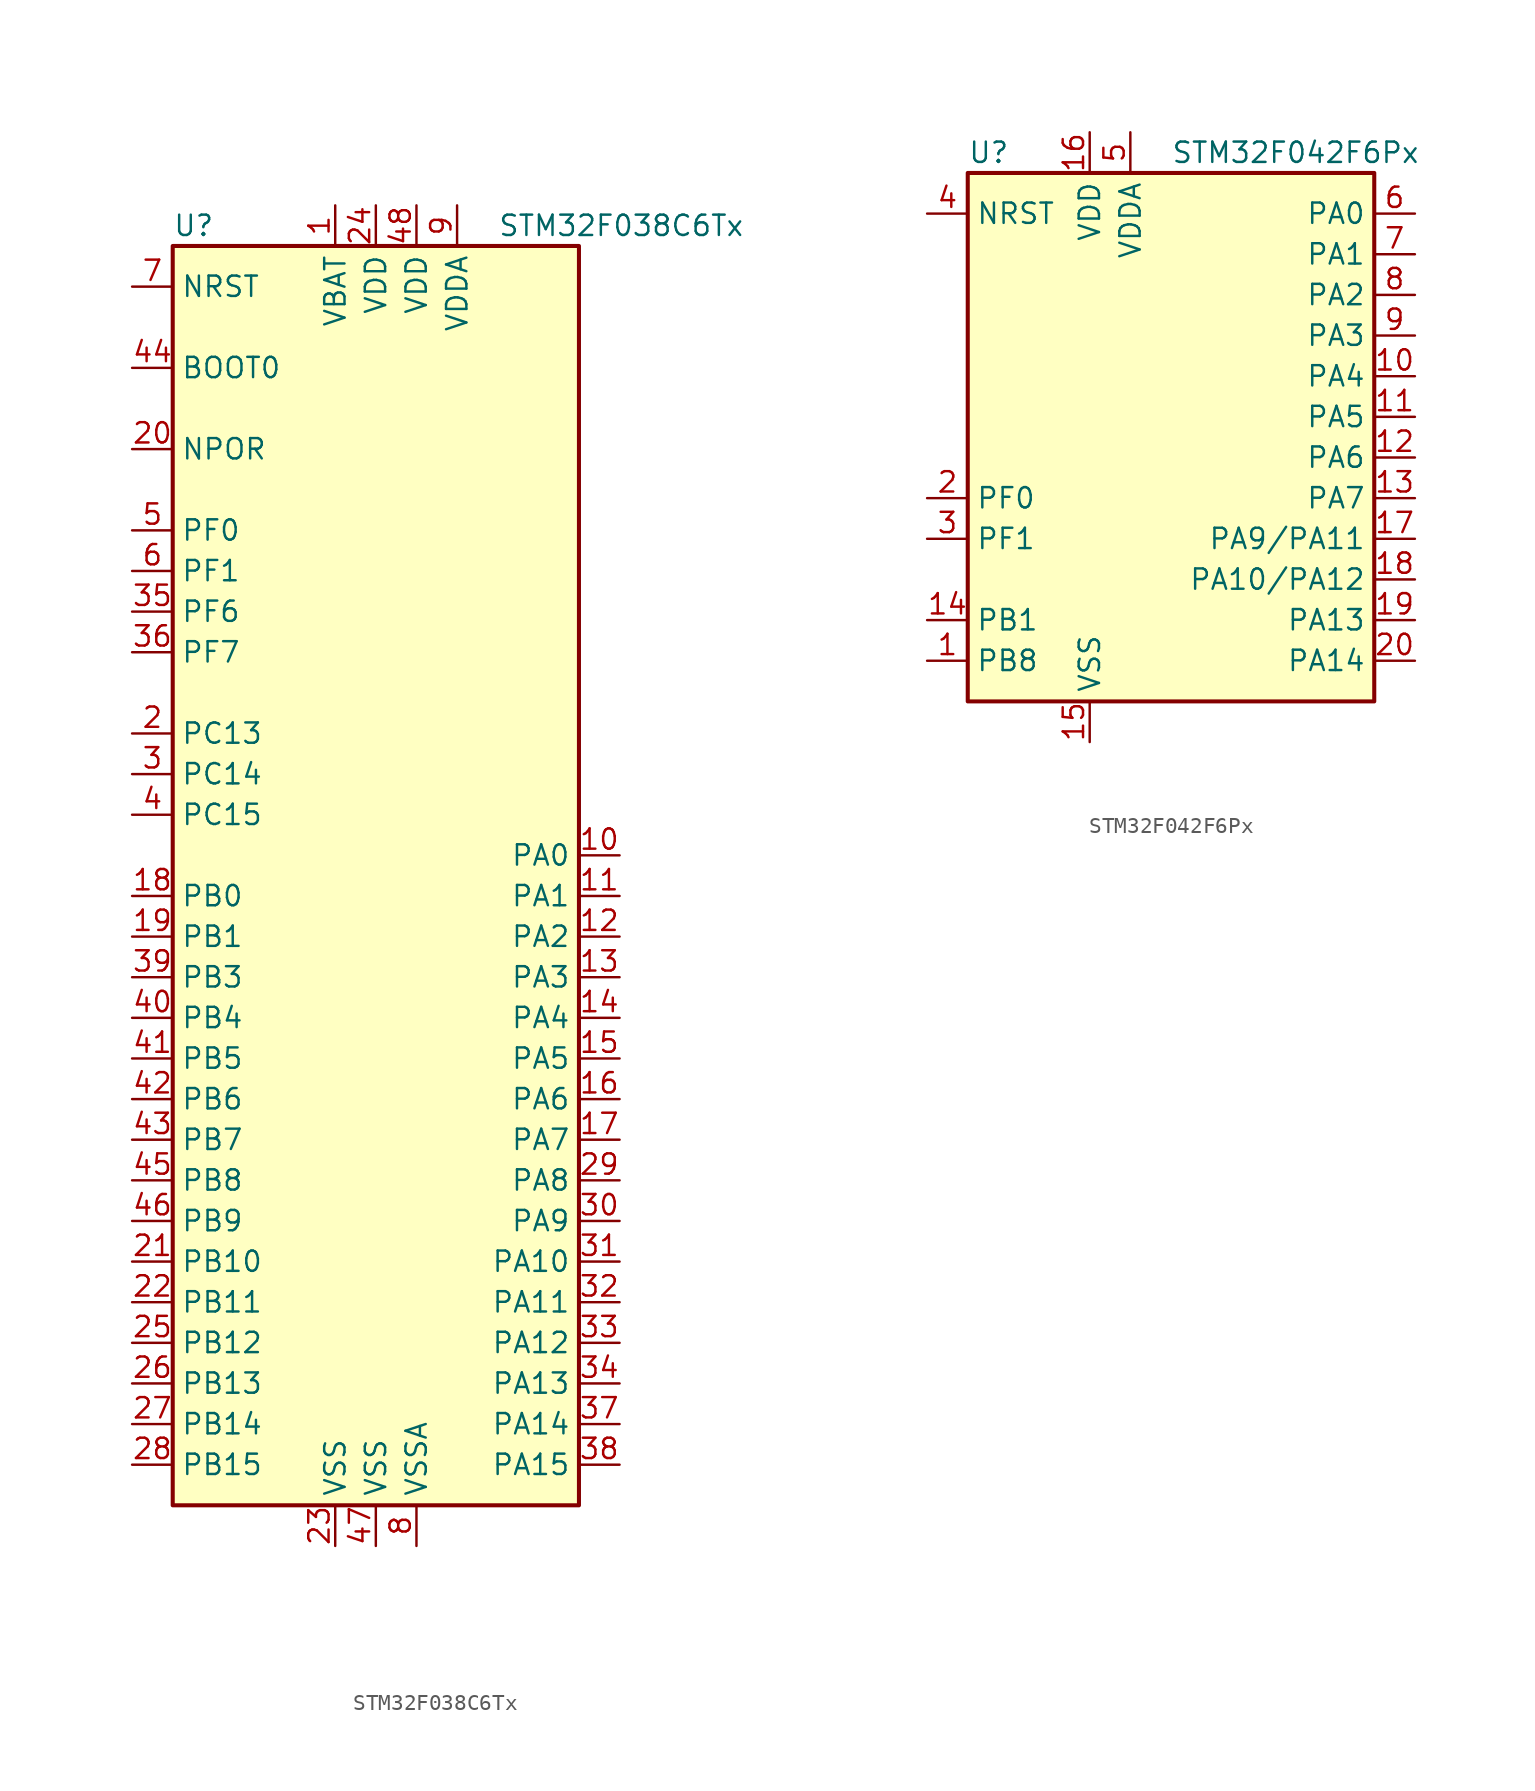
<source format=kicad_sym>
(kicad_symbol_lib
  (version 20201005)
  (generator kicad_symbol_editor)
  (symbol "STM32F038C6Tx"
    (property "Reference" "U"
      (at -12.7 39.37 0)
      (effects (font (size 1.27 1.27)) (justify left)))
    (property "Value" "STM32F038C6Tx"
      (at 7.62 39.37 0)
      (effects (font (size 1.27 1.27)) (justify left)))
    (symbol "STM32F038C6Tx_0_1"
      (rectangle (start -12.7 -40.64) (end 12.7 38.1) (stroke (width 0.254)) (fill (type background))))
    (symbol "STM32F038C6Tx_1_1"
      (pin power_in line (at -2.54 40.64 270) (length 2.54) (name "VBAT" (effects (font (size 1.27 1.27)))) (number "1" (effects (font (size 1.27 1.27)))))
      (pin bidirectional line (at 15.24 0 180) (length 2.54) (name "PA0" (effects (font (size 1.27 1.27)))) (number "10" (effects (font (size 1.27 1.27)))))
      (pin bidirectional line (at 15.24 -2.54 180) (length 2.54) (name "PA1" (effects (font (size 1.27 1.27)))) (number "11" (effects (font (size 1.27 1.27)))))
      (pin bidirectional line (at 15.24 -5.08 180) (length 2.54) (name "PA2" (effects (font (size 1.27 1.27)))) (number "12" (effects (font (size 1.27 1.27)))))
      (pin bidirectional line (at 15.24 -7.62 180) (length 2.54) (name "PA3" (effects (font (size 1.27 1.27)))) (number "13" (effects (font (size 1.27 1.27)))))
      (pin bidirectional line (at 15.24 -10.16 180) (length 2.54) (name "PA4" (effects (font (size 1.27 1.27)))) (number "14" (effects (font (size 1.27 1.27)))))
      (pin bidirectional line (at 15.24 -12.7 180) (length 2.54) (name "PA5" (effects (font (size 1.27 1.27)))) (number "15" (effects (font (size 1.27 1.27)))))
      (pin bidirectional line (at 15.24 -15.24 180) (length 2.54) (name "PA6" (effects (font (size 1.27 1.27)))) (number "16" (effects (font (size 1.27 1.27)))))
      (pin bidirectional line (at 15.24 -17.78 180) (length 2.54) (name "PA7" (effects (font (size 1.27 1.27)))) (number "17" (effects (font (size 1.27 1.27)))))
      (pin bidirectional line (at -15.24 -2.54 0) (length 2.54) (name "PB0" (effects (font (size 1.27 1.27)))) (number "18" (effects (font (size 1.27 1.27)))))
      (pin bidirectional line (at -15.24 -5.08 0) (length 2.54) (name "PB1" (effects (font (size 1.27 1.27)))) (number "19" (effects (font (size 1.27 1.27)))))
      (pin bidirectional line (at -15.24 7.62 0) (length 2.54) (name "PC13" (effects (font (size 1.27 1.27)))) (number "2" (effects (font (size 1.27 1.27)))))
      (pin power_in line (at -15.24 25.4 0) (length 2.54) (name "NPOR" (effects (font (size 1.27 1.27)))) (number "20" (effects (font (size 1.27 1.27)))))
      (pin bidirectional line (at -15.24 -25.4 0) (length 2.54) (name "PB10" (effects (font (size 1.27 1.27)))) (number "21" (effects (font (size 1.27 1.27)))))
      (pin bidirectional line (at -15.24 -27.94 0) (length 2.54) (name "PB11" (effects (font (size 1.27 1.27)))) (number "22" (effects (font (size 1.27 1.27)))))
      (pin power_in line (at -2.54 -43.18 90) (length 2.54) (name "VSS" (effects (font (size 1.27 1.27)))) (number "23" (effects (font (size 1.27 1.27)))))
      (pin power_in line (at 0 40.64 270) (length 2.54) (name "VDD" (effects (font (size 1.27 1.27)))) (number "24" (effects (font (size 1.27 1.27)))))
      (pin bidirectional line (at -15.24 -30.48 0) (length 2.54) (name "PB12" (effects (font (size 1.27 1.27)))) (number "25" (effects (font (size 1.27 1.27)))))
      (pin bidirectional line (at -15.24 -33.02 0) (length 2.54) (name "PB13" (effects (font (size 1.27 1.27)))) (number "26" (effects (font (size 1.27 1.27)))))
      (pin bidirectional line (at -15.24 -35.56 0) (length 2.54) (name "PB14" (effects (font (size 1.27 1.27)))) (number "27" (effects (font (size 1.27 1.27)))))
      (pin bidirectional line (at -15.24 -38.1 0) (length 2.54) (name "PB15" (effects (font (size 1.27 1.27)))) (number "28" (effects (font (size 1.27 1.27)))))
      (pin bidirectional line (at 15.24 -20.32 180) (length 2.54) (name "PA8" (effects (font (size 1.27 1.27)))) (number "29" (effects (font (size 1.27 1.27)))))
      (pin bidirectional line (at -15.24 5.08 0) (length 2.54) (name "PC14" (effects (font (size 1.27 1.27)))) (number "3" (effects (font (size 1.27 1.27)))))
      (pin bidirectional line (at 15.24 -22.86 180) (length 2.54) (name "PA9" (effects (font (size 1.27 1.27)))) (number "30" (effects (font (size 1.27 1.27)))))
      (pin bidirectional line (at 15.24 -25.4 180) (length 2.54) (name "PA10" (effects (font (size 1.27 1.27)))) (number "31" (effects (font (size 1.27 1.27)))))
      (pin bidirectional line (at 15.24 -27.94 180) (length 2.54) (name "PA11" (effects (font (size 1.27 1.27)))) (number "32" (effects (font (size 1.27 1.27)))))
      (pin bidirectional line (at 15.24 -30.48 180) (length 2.54) (name "PA12" (effects (font (size 1.27 1.27)))) (number "33" (effects (font (size 1.27 1.27)))))
      (pin bidirectional line (at 15.24 -33.02 180) (length 2.54) (name "PA13" (effects (font (size 1.27 1.27)))) (number "34" (effects (font (size 1.27 1.27)))))
      (pin bidirectional line (at -15.24 15.24 0) (length 2.54) (name "PF6" (effects (font (size 1.27 1.27)))) (number "35" (effects (font (size 1.27 1.27)))))
      (pin bidirectional line (at -15.24 12.7 0) (length 2.54) (name "PF7" (effects (font (size 1.27 1.27)))) (number "36" (effects (font (size 1.27 1.27)))))
      (pin bidirectional line (at 15.24 -35.56 180) (length 2.54) (name "PA14" (effects (font (size 1.27 1.27)))) (number "37" (effects (font (size 1.27 1.27)))))
      (pin bidirectional line (at 15.24 -38.1 180) (length 2.54) (name "PA15" (effects (font (size 1.27 1.27)))) (number "38" (effects (font (size 1.27 1.27)))))
      (pin bidirectional line (at -15.24 -7.62 0) (length 2.54) (name "PB3" (effects (font (size 1.27 1.27)))) (number "39" (effects (font (size 1.27 1.27)))))
      (pin bidirectional line (at -15.24 2.54 0) (length 2.54) (name "PC15" (effects (font (size 1.27 1.27)))) (number "4" (effects (font (size 1.27 1.27)))))
      (pin bidirectional line (at -15.24 -10.16 0) (length 2.54) (name "PB4" (effects (font (size 1.27 1.27)))) (number "40" (effects (font (size 1.27 1.27)))))
      (pin bidirectional line (at -15.24 -12.7 0) (length 2.54) (name "PB5" (effects (font (size 1.27 1.27)))) (number "41" (effects (font (size 1.27 1.27)))))
      (pin bidirectional line (at -15.24 -15.24 0) (length 2.54) (name "PB6" (effects (font (size 1.27 1.27)))) (number "42" (effects (font (size 1.27 1.27)))))
      (pin bidirectional line (at -15.24 -17.78 0) (length 2.54) (name "PB7" (effects (font (size 1.27 1.27)))) (number "43" (effects (font (size 1.27 1.27)))))
      (pin input line (at -15.24 30.48 0) (length 2.54) (name "BOOT0" (effects (font (size 1.27 1.27)))) (number "44" (effects (font (size 1.27 1.27)))))
      (pin bidirectional line (at -15.24 -20.32 0) (length 2.54) (name "PB8" (effects (font (size 1.27 1.27)))) (number "45" (effects (font (size 1.27 1.27)))))
      (pin bidirectional line (at -15.24 -22.86 0) (length 2.54) (name "PB9" (effects (font (size 1.27 1.27)))) (number "46" (effects (font (size 1.27 1.27)))))
      (pin power_in line (at 0 -43.18 90) (length 2.54) (name "VSS" (effects (font (size 1.27 1.27)))) (number "47" (effects (font (size 1.27 1.27)))))
      (pin power_in line (at 2.54 40.64 270) (length 2.54) (name "VDD" (effects (font (size 1.27 1.27)))) (number "48" (effects (font (size 1.27 1.27)))))
      (pin input line (at -15.24 20.32 0) (length 2.54) (name "PF0" (effects (font (size 1.27 1.27)))) (number "5" (effects (font (size 1.27 1.27)))))
      (pin input line (at -15.24 17.78 0) (length 2.54) (name "PF1" (effects (font (size 1.27 1.27)))) (number "6" (effects (font (size 1.27 1.27)))))
      (pin input line (at -15.24 35.56 0) (length 2.54) (name "NRST" (effects (font (size 1.27 1.27)))) (number "7" (effects (font (size 1.27 1.27)))))
      (pin power_in line (at 2.54 -43.18 90) (length 2.54) (name "VSSA" (effects (font (size 1.27 1.27)))) (number "8" (effects (font (size 1.27 1.27)))))
      (pin power_in line (at 5.08 40.64 270) (length 2.54) (name "VDDA" (effects (font (size 1.27 1.27)))) (number "9" (effects (font (size 1.27 1.27)))))))
  (symbol "STM32F042F6Px"
    (property "Reference" "U"
      (at -12.7 16.51 0)
      (effects (font (size 1.27 1.27)) (justify left)))
    (property "Value" "STM32F042F6Px"
      (at 0 16.51 0)
      (effects (font (size 1.27 1.27)) (justify left)))
    (symbol "STM32F042F6Px_0_1"
      (rectangle (start -12.7 -17.78) (end 12.7 15.24) (stroke (width 0.254)) (fill (type background))))
    (symbol "STM32F042F6Px_1_1"
      (pin bidirectional line (at -15.24 -15.24 0) (length 2.54) (name "PB8" (effects (font (size 1.27 1.27)))) (number "1" (effects (font (size 1.27 1.27)))))
      (pin bidirectional line (at 15.24 2.54 180) (length 2.54) (name "PA4" (effects (font (size 1.27 1.27)))) (number "10" (effects (font (size 1.27 1.27)))))
      (pin bidirectional line (at 15.24 0 180) (length 2.54) (name "PA5" (effects (font (size 1.27 1.27)))) (number "11" (effects (font (size 1.27 1.27)))))
      (pin bidirectional line (at 15.24 -2.54 180) (length 2.54) (name "PA6" (effects (font (size 1.27 1.27)))) (number "12" (effects (font (size 1.27 1.27)))))
      (pin bidirectional line (at 15.24 -5.08 180) (length 2.54) (name "PA7" (effects (font (size 1.27 1.27)))) (number "13" (effects (font (size 1.27 1.27)))))
      (pin bidirectional line (at -15.24 -12.7 0) (length 2.54) (name "PB1" (effects (font (size 1.27 1.27)))) (number "14" (effects (font (size 1.27 1.27)))))
      (pin power_in line (at -5.08 -20.32 90) (length 2.54) (name "VSS" (effects (font (size 1.27 1.27)))) (number "15" (effects (font (size 1.27 1.27)))))
      (pin power_in line (at -5.08 17.78 270) (length 2.54) (name "VDD" (effects (font (size 1.27 1.27)))) (number "16" (effects (font (size 1.27 1.27)))))
      (pin bidirectional line (at 15.24 -7.62 180) (length 2.54) (name "PA9/PA11" (effects (font (size 1.27 1.27)))) (number "17" (effects (font (size 1.27 1.27)))))
      (pin bidirectional line (at 15.24 -10.16 180) (length 2.54) (name "PA10/PA12" (effects (font (size 1.27 1.27)))) (number "18" (effects (font (size 1.27 1.27)))))
      (pin bidirectional line (at 15.24 -12.7 180) (length 2.54) (name "PA13" (effects (font (size 1.27 1.27)))) (number "19" (effects (font (size 1.27 1.27)))))
      (pin input line (at -15.24 -5.08 0) (length 2.54) (name "PF0" (effects (font (size 1.27 1.27)))) (number "2" (effects (font (size 1.27 1.27)))))
      (pin bidirectional line (at 15.24 -15.24 180) (length 2.54) (name "PA14" (effects (font (size 1.27 1.27)))) (number "20" (effects (font (size 1.27 1.27)))))
      (pin input line (at -15.24 -7.62 0) (length 2.54) (name "PF1" (effects (font (size 1.27 1.27)))) (number "3" (effects (font (size 1.27 1.27)))))
      (pin input line (at -15.24 12.7 0) (length 2.54) (name "NRST" (effects (font (size 1.27 1.27)))) (number "4" (effects (font (size 1.27 1.27)))))
      (pin power_in line (at -2.54 17.78 270) (length 2.54) (name "VDDA" (effects (font (size 1.27 1.27)))) (number "5" (effects (font (size 1.27 1.27)))))
      (pin bidirectional line (at 15.24 12.7 180) (length 2.54) (name "PA0" (effects (font (size 1.27 1.27)))) (number "6" (effects (font (size 1.27 1.27)))))
      (pin bidirectional line (at 15.24 10.16 180) (length 2.54) (name "PA1" (effects (font (size 1.27 1.27)))) (number "7" (effects (font (size 1.27 1.27)))))
      (pin bidirectional line (at 15.24 7.62 180) (length 2.54) (name "PA2" (effects (font (size 1.27 1.27)))) (number "8" (effects (font (size 1.27 1.27)))))
      (pin bidirectional line (at 15.24 5.08 180) (length 2.54) (name "PA3" (effects (font (size 1.27 1.27)))) (number "9" (effects (font (size 1.27 1.27))))))))
</source>
